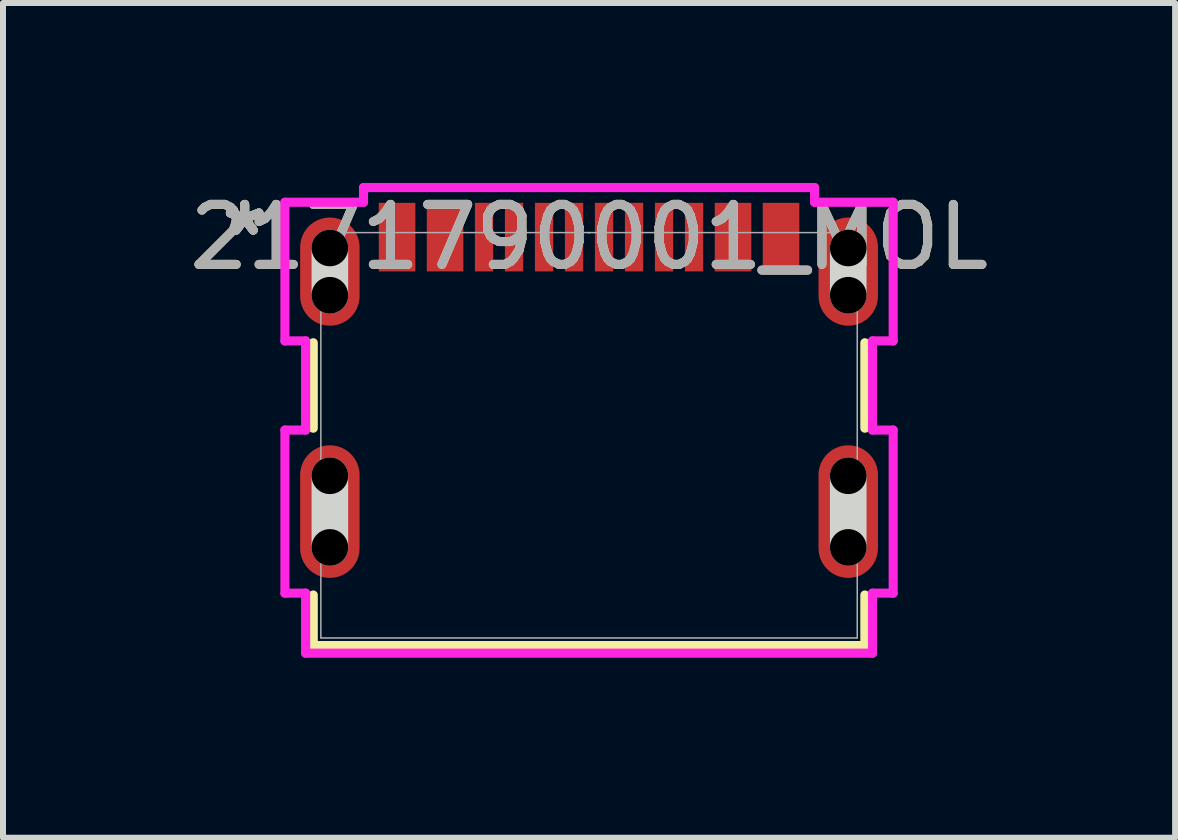
<source format=kicad_pcb>
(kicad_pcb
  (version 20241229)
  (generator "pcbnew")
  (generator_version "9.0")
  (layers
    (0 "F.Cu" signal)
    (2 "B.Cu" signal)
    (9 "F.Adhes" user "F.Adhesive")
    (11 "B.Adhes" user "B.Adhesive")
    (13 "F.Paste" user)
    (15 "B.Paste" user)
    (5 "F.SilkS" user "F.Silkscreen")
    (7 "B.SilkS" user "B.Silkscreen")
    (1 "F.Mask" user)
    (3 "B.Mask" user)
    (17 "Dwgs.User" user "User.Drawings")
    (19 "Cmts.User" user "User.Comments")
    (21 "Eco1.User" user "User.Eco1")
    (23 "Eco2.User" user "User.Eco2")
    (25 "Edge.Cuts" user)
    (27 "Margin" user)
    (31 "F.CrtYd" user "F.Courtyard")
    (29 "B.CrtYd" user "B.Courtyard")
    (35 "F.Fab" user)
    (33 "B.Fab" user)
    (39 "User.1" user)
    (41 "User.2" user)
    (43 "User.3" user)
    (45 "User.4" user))
  (footprint "2171790001_MOL"
    (layer "F.Cu")
    (at 6.768 4.205)
    (property "Reference" "2171790001_MOL" (at 0 -3.303 0) (unlocked yes) (layer "F.SilkS") (effects (font (size 1 1) (thickness 0.15))))
    (attr smd)
    (fp_line (start -4.597 -1.542) (end -4.597 -0.118) (stroke (width 0.152) (type solid)) (layer "F.SilkS"))
    (fp_line (start -4.597 2.662) (end -4.597 3.505) (stroke (width 0.152) (type solid)) (layer "F.SilkS"))
    (fp_line (start -4.597 3.505) (end 4.597 3.505) (stroke (width 0.152) (type solid)) (layer "F.SilkS"))
    (fp_line (start 4.597 -0.118) (end 4.597 -1.542) (stroke (width 0.152) (type solid)) (layer "F.SilkS"))
    (fp_line (start 4.597 3.505) (end 4.597 2.662) (stroke (width 0.152) (type solid)) (layer "F.SilkS"))
    (fp_line (start -4.32 -2.334) (end -4.32 -3.122) (stroke (width 0.61) (type solid)) (layer "Edge.Cuts"))
    (fp_line (start -4.32 1.869) (end -4.32 0.675) (stroke (width 0.61) (type solid)) (layer "Edge.Cuts"))
    (fp_line (start 4.32 -2.334) (end 4.32 -3.122) (stroke (width 0.61) (type solid)) (layer "Edge.Cuts"))
    (fp_line (start 4.32 1.869) (end 4.32 0.675) (stroke (width 0.61) (type solid)) (layer "Edge.Cuts"))
    (fp_line (start -5.069 -3.884) (end -5.069 -1.573) (stroke (width 0.152) (type solid)) (layer "F.CrtYd"))
    (fp_line (start -5.069 -1.573) (end -4.724 -1.573) (stroke (width 0.152) (type solid)) (layer "F.CrtYd"))
    (fp_line (start -5.069 -0.087) (end -5.069 2.631) (stroke (width 0.152) (type solid)) (layer "F.CrtYd"))
    (fp_line (start -5.069 2.631) (end -4.724 2.631) (stroke (width 0.152) (type solid)) (layer "F.CrtYd"))
    (fp_line (start -4.724 -1.573) (end -4.724 -0.087) (stroke (width 0.152) (type solid)) (layer "F.CrtYd"))
    (fp_line (start -4.724 -0.087) (end -5.069 -0.087) (stroke (width 0.152) (type solid)) (layer "F.CrtYd"))
    (fp_line (start -4.724 2.631) (end -4.724 3.632) (stroke (width 0.152) (type solid)) (layer "F.CrtYd"))
    (fp_line (start -4.724 3.632) (end 4.724 3.632) (stroke (width 0.152) (type solid)) (layer "F.CrtYd"))
    (fp_line (start -3.759 -4.129) (end -3.759 -3.884) (stroke (width 0.152) (type solid)) (layer "F.CrtYd"))
    (fp_line (start -3.759 -3.884) (end -5.069 -3.884) (stroke (width 0.152) (type solid)) (layer "F.CrtYd"))
    (fp_line (start 3.759 -4.129) (end -3.759 -4.129) (stroke (width 0.152) (type solid)) (layer "F.CrtYd"))
    (fp_line (start 3.759 -3.884) (end 3.759 -4.129) (stroke (width 0.152) (type solid)) (layer "F.CrtYd"))
    (fp_line (start 4.724 -1.573) (end 5.069 -1.573) (stroke (width 0.152) (type solid)) (layer "F.CrtYd"))
    (fp_line (start 4.724 -0.087) (end 4.724 -1.573) (stroke (width 0.152) (type solid)) (layer "F.CrtYd"))
    (fp_line (start 4.724 2.631) (end 5.069 2.631) (stroke (width 0.152) (type solid)) (layer "F.CrtYd"))
    (fp_line (start 4.724 3.632) (end 4.724 2.631) (stroke (width 0.152) (type solid)) (layer "F.CrtYd"))
    (fp_line (start 5.069 -3.884) (end 3.759 -3.884) (stroke (width 0.152) (type solid)) (layer "F.CrtYd"))
    (fp_line (start 5.069 -1.573) (end 5.069 -3.884) (stroke (width 0.152) (type solid)) (layer "F.CrtYd"))
    (fp_line (start 5.069 -0.087) (end 4.724 -0.087) (stroke (width 0.152) (type solid)) (layer "F.CrtYd"))
    (fp_line (start 5.069 2.631) (end 5.069 -0.087) (stroke (width 0.152) (type solid)) (layer "F.CrtYd"))
    (fp_line (start -4.47 -3.378) (end -4.47 3.378) (stroke (width 0.025) (type solid)) (layer "F.Fab"))
    (fp_line (start -4.47 3.378) (end 4.47 3.378) (stroke (width 0.025) (type solid)) (layer "F.Fab"))
    (fp_line (start 0 -3.378) (end 0 -3.378) (stroke (width 0.025) (type solid)) (layer "F.Fab"))
    (fp_line (start 0 -3.378) (end 0 -3.378) (stroke (width 0.025) (type solid)) (layer "F.Fab"))
    (fp_line (start 0 -3.378) (end 0 -3.378) (stroke (width 0.025) (type solid)) (layer "F.Fab"))
    (fp_line (start 0 -3.378) (end 0 -3.378) (stroke (width 0.025) (type solid)) (layer "F.Fab"))
    (fp_line (start 4.47 -3.378) (end -4.47 -3.378) (stroke (width 0.025) (type solid)) (layer "F.Fab"))
    (fp_line (start 4.47 3.378) (end 4.47 -3.378) (stroke (width 0.025) (type solid)) (layer "F.Fab"))
    (fp_text user "*" (at -5.74 -3.303 0) (layer "F.SilkS") (effects (font (size 1 1) (thickness 0.15))))
    (fp_text user "*" (at -5.74 -3.303 0) (unlocked yes) (layer "F.SilkS") (effects (font (size 1 1) (thickness 0.15))))
    (fp_text user "${REFERENCE}" (at 0 -3.303 0) (unlocked yes) (layer "F.Fab") (effects (font (size 1 1) (thickness 0.15))))
    (fp_text user "*" (at -5.74 -3.303 0) (layer "F.Fab") (effects (font (size 1 1) (thickness 0.15))))
    (fp_text user "*" (at -5.74 -3.303 0) (unlocked yes) (layer "F.Fab") (effects (font (size 1 1) (thickness 0.15))))
    (pad "" np_thru_hole circle (at -4.32 -3.122) (size 0.61 0.61) (drill 0.61) (layers))
    (pad "" np_thru_hole circle (at -4.32 -2.334) (size 0.61 0.61) (drill 0.61) (layers))
    (pad "" np_thru_hole circle (at -4.32 0.675) (size 0.61 0.61) (drill 0.61) (layers))
    (pad "" np_thru_hole circle (at -4.32 1.869) (size 0.61 0.61) (drill 0.61) (layers))
    (pad "" np_thru_hole circle (at 4.32 -3.122) (size 0.61 0.61) (drill 0.61) (layers))
    (pad "" np_thru_hole circle (at 4.32 -2.334) (size 0.61 0.61) (drill 0.61) (layers))
    (pad "" np_thru_hole circle (at 4.32 0.675) (size 0.61 0.61) (drill 0.61) (layers))
    (pad "" np_thru_hole circle (at 4.32 1.869) (size 0.61 0.61) (drill 0.61) (layers))
    (pad "13" smd oval (at -4.32 1.272) (size 0.991 2.21) (layers "F.Cu" "F.Mask" "F.Paste"))
    (pad "14" smd oval (at 4.32 1.272) (size 0.991 2.21) (layers "F.Cu" "F.Mask" "F.Paste"))
    (pad "15" smd oval (at -4.32 -2.728) (size 0.991 1.803) (layers "F.Cu" "F.Mask" "F.Paste"))
    (pad "16" smd oval (at 4.32 -2.728) (size 0.991 1.803) (layers "F.Cu" "F.Mask" "F.Paste"))
    (pad "A1/B12" smd rect (at -3.2 -3.303) (size 0.61 1.143) (layers "F.Cu" "F.Mask" "F.Paste"))
    (pad "A4/B9" smd rect (at -2.4 -3.303) (size 0.61 1.143) (layers "F.Cu" "F.Mask" "F.Paste"))
    (pad "A5" smd rect (at -1.25 -3.303) (size 0.305 1.143) (layers "F.Cu" "F.Mask" "F.Paste"))
    (pad "A6" smd rect (at -0.25 -3.303) (size 0.305 1.143) (layers "F.Cu" "F.Mask" "F.Paste"))
    (pad "A7" smd rect (at 0.25 -3.303) (size 0.305 1.143) (layers "F.Cu" "F.Mask" "F.Paste"))
    (pad "A8" smd rect (at 1.25 -3.303) (size 0.305 1.143) (layers "F.Cu" "F.Mask" "F.Paste"))
    (pad "B1/A12" smd rect (at 3.2 -3.303) (size 0.61 1.143) (layers "F.Cu" "F.Mask" "F.Paste"))
    (pad "B4/A9" smd rect (at 2.4 -3.303) (size 0.61 1.143) (layers "F.Cu" "F.Mask" "F.Paste"))
    (pad "B5" smd rect (at 1.75 -3.303) (size 0.305 1.143) (layers "F.Cu" "F.Mask" "F.Paste"))
    (pad "B6" smd rect (at 0.75 -3.303) (size 0.305 1.143) (layers "F.Cu" "F.Mask" "F.Paste"))
    (pad "B7" smd rect (at -0.75 -3.303) (size 0.305 1.143) (layers "F.Cu" "F.Mask" "F.Paste"))
    (pad "B8" smd rect (at -1.75 -3.303) (size 0.305 1.143) (layers "F.Cu" "F.Mask" "F.Paste")))
  (gr_rect
    (start -3 -3)
    (end 16.536 10.913)
    (stroke (width 0.1) (type default))
    (fill no)
    (layer "Edge.Cuts")))
</source>
